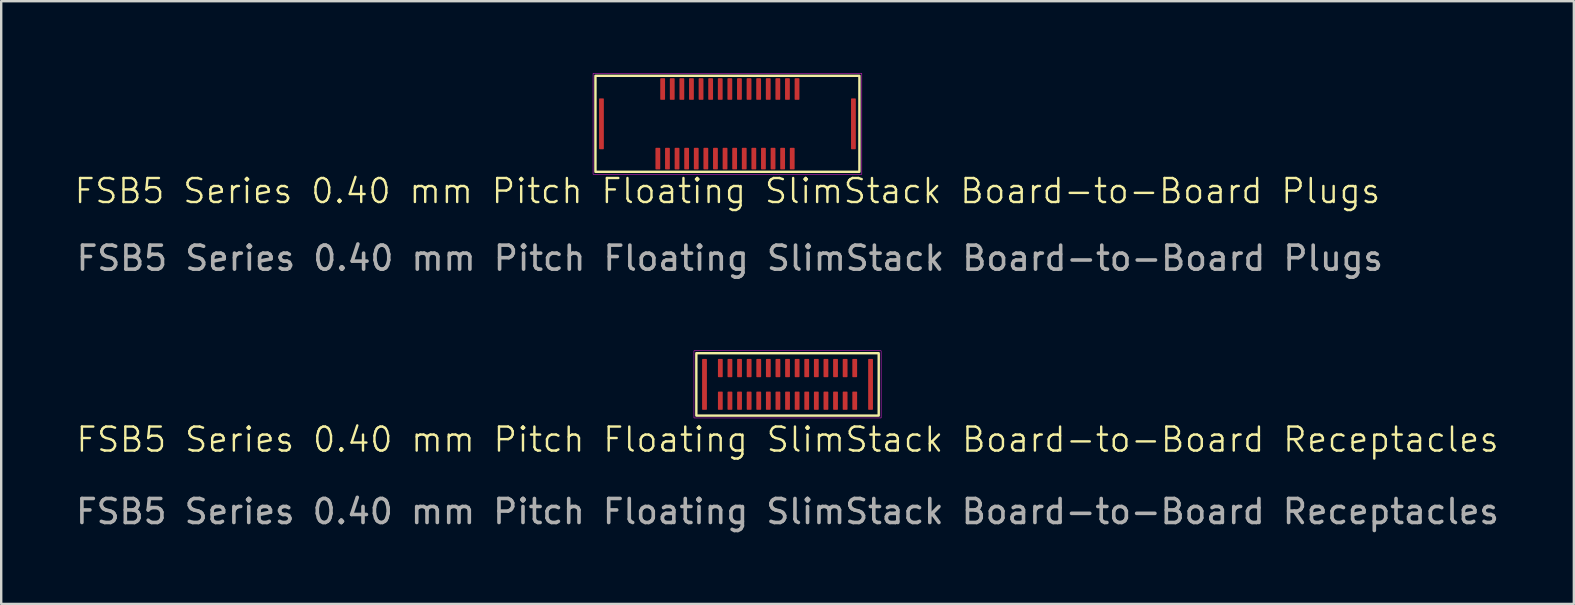
<source format=kicad_pcb>
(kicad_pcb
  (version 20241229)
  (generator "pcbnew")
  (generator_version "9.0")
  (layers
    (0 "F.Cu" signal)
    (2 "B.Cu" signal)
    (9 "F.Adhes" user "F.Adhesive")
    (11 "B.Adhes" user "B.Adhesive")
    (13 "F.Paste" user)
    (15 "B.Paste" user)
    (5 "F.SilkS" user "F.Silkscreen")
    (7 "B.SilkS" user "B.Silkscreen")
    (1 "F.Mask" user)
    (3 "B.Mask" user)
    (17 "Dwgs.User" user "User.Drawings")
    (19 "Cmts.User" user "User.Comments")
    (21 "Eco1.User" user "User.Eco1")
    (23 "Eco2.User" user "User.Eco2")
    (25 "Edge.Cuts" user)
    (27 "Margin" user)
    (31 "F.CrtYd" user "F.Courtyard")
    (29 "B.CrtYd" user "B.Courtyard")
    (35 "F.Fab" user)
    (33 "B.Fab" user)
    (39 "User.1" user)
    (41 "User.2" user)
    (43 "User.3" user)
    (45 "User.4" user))
  (footprint "FSB5 Series 0.40 mm Pitch Floating SlimStack Board-to-Board Plugs"
    (layer "F.Cu")
    (at 27.264 2.11)
    (property "Reference" "FSB5 Series 0.40 mm Pitch Floating SlimStack Board-to-Board Plugs" (at 0 2.8 0) (unlocked yes) (layer "F.SilkS") (effects (font (size 1 1) (thickness 0.1))))
    (attr smd)
    (fp_rect (start -5.5 -2) (end 5.5 2) (stroke (width 0.1) (type default)) (fill no) (layer "F.SilkS"))
    (fp_rect (start -5.6 -2.1) (end 5.6 2.1) (stroke (width 0.02) (type solid)) (fill no) (layer "F.CrtYd"))
    (fp_text user "${REFERENCE}" (at 0.1 5.6 0) (unlocked yes) (layer "F.Fab") (effects (font (size 1 1) (thickness 0.15))))
    (pad "1" smd roundrect (at -2.9 1.45) (size 0.2 0.9) (layers "F.Cu" "F.Mask" "F.Paste") (roundrect_rratio 0.15))
    (pad "2" smd roundrect (at -2.5 1.45) (size 0.2 0.9) (layers "F.Cu" "F.Mask" "F.Paste") (roundrect_rratio 0.15))
    (pad "3" smd roundrect (at -2.1 1.45) (size 0.2 0.9) (layers "F.Cu" "F.Mask" "F.Paste") (roundrect_rratio 0.15))
    (pad "4" smd roundrect (at -1.7 1.45) (size 0.2 0.9) (layers "F.Cu" "F.Mask" "F.Paste") (roundrect_rratio 0.15))
    (pad "5" smd roundrect (at -1.3 1.45) (size 0.2 0.9) (layers "F.Cu" "F.Mask" "F.Paste") (roundrect_rratio 0.15))
    (pad "6" smd roundrect (at -0.9 1.45) (size 0.2 0.9) (layers "F.Cu" "F.Mask" "F.Paste") (roundrect_rratio 0.15))
    (pad "7" smd roundrect (at -0.5 1.45) (size 0.2 0.9) (layers "F.Cu" "F.Mask" "F.Paste") (roundrect_rratio 0.15))
    (pad "8" smd roundrect (at -0.1 1.45) (size 0.2 0.9) (layers "F.Cu" "F.Mask" "F.Paste") (roundrect_rratio 0.15))
    (pad "9" smd roundrect (at 0.3 1.45) (size 0.2 0.9) (layers "F.Cu" "F.Mask" "F.Paste") (roundrect_rratio 0.15))
    (pad "10" smd roundrect (at 0.7 1.45) (size 0.2 0.9) (layers "F.Cu" "F.Mask" "F.Paste") (roundrect_rratio 0.15))
    (pad "11" smd roundrect (at 1.1 1.45) (size 0.2 0.9) (layers "F.Cu" "F.Mask" "F.Paste") (roundrect_rratio 0.15))
    (pad "12" smd roundrect (at 1.5 1.45) (size 0.2 0.9) (layers "F.Cu" "F.Mask" "F.Paste") (roundrect_rratio 0.15))
    (pad "13" smd roundrect (at 1.9 1.45) (size 0.2 0.9) (layers "F.Cu" "F.Mask" "F.Paste") (roundrect_rratio 0.15))
    (pad "14" smd roundrect (at 2.3 1.45) (size 0.2 0.9) (layers "F.Cu" "F.Mask" "F.Paste") (roundrect_rratio 0.15))
    (pad "15" smd roundrect (at 2.7 1.45) (size 0.2 0.9) (layers "F.Cu" "F.Mask" "F.Paste") (roundrect_rratio 0.15))
    (pad "16" smd roundrect (at -2.7 -1.45) (size 0.2 0.9) (layers "F.Cu" "F.Mask" "F.Paste") (roundrect_rratio 0.15))
    (pad "17" smd roundrect (at -2.3 -1.45) (size 0.2 0.9) (layers "F.Cu" "F.Mask" "F.Paste") (roundrect_rratio 0.15))
    (pad "18" smd roundrect (at -1.9 -1.45) (size 0.2 0.9) (layers "F.Cu" "F.Mask" "F.Paste") (roundrect_rratio 0.15))
    (pad "19" smd roundrect (at -1.5 -1.45) (size 0.2 0.9) (layers "F.Cu" "F.Mask" "F.Paste") (roundrect_rratio 0.15))
    (pad "20" smd roundrect (at -1.1 -1.45) (size 0.2 0.9) (layers "F.Cu" "F.Mask" "F.Paste") (roundrect_rratio 0.15))
    (pad "21" smd roundrect (at -0.7 -1.45) (size 0.2 0.9) (layers "F.Cu" "F.Mask" "F.Paste") (roundrect_rratio 0.15))
    (pad "22" smd roundrect (at -0.3 -1.45) (size 0.2 0.9) (layers "F.Cu" "F.Mask" "F.Paste") (roundrect_rratio 0.15))
    (pad "23" smd roundrect (at 0.1 -1.45) (size 0.2 0.9) (layers "F.Cu" "F.Mask" "F.Paste") (roundrect_rratio 0.15))
    (pad "24" smd roundrect (at 0.5 -1.45) (size 0.2 0.9) (layers "F.Cu" "F.Mask" "F.Paste") (roundrect_rratio 0.15))
    (pad "25" smd roundrect (at 0.9 -1.45) (size 0.2 0.9) (layers "F.Cu" "F.Mask" "F.Paste") (roundrect_rratio 0.15))
    (pad "26" smd roundrect (at 1.3 -1.45) (size 0.2 0.9) (layers "F.Cu" "F.Mask" "F.Paste") (roundrect_rratio 0.15))
    (pad "27" smd roundrect (at 1.7 -1.45) (size 0.2 0.9) (layers "F.Cu" "F.Mask" "F.Paste") (roundrect_rratio 0.15))
    (pad "28" smd roundrect (at 2.1 -1.45) (size 0.2 0.9) (layers "F.Cu" "F.Mask" "F.Paste") (roundrect_rratio 0.15))
    (pad "29" smd roundrect (at 2.5 -1.45) (size 0.2 0.9) (layers "F.Cu" "F.Mask" "F.Paste") (roundrect_rratio 0.15))
    (pad "30" smd roundrect (at 2.9 -1.45) (size 0.2 0.9) (layers "F.Cu" "F.Mask" "F.Paste") (roundrect_rratio 0.15))
    (pad "31" smd roundrect (at -5.25 0) (size 0.2 2.12) (layers "F.Cu" "F.Mask" "F.Paste") (roundrect_rratio 0.15))
    (pad "32" smd roundrect (at 5.25 0) (size 0.2 2.12) (layers "F.Cu" "F.Mask" "F.Paste") (roundrect_rratio 0.15)))
  (footprint "FSB5 Series 0.40 mm Pitch Floating SlimStack Board-to-Board Receptacles"
    (layer "F.Cu")
    (at 29.768 12.968)
    (property "Reference" "FSB5 Series 0.40 mm Pitch Floating SlimStack Board-to-Board Receptacles" (at 0 2.3 0) (unlocked yes) (layer "F.SilkS") (effects (font (size 1 1) (thickness 0.1))))
    (attr smd)
    (fp_rect (start -3.8 -1.3) (end 3.8 1.3) (stroke (width 0.1) (type default)) (fill no) (layer "F.SilkS"))
    (fp_rect (start -3.9 -1.4) (end 3.9 1.4) (stroke (width 0.02) (type solid)) (fill no) (layer "F.CrtYd"))
    (fp_text user "${REFERENCE}" (at 0 5.3 0) (unlocked yes) (layer "F.Fab") (effects (font (size 1 1) (thickness 0.15))))
    (pad "1" smd roundrect (at -2.8 0.68) (size 0.2 0.761) (layers "F.Cu" "F.Mask" "F.Paste") (roundrect_rratio 0.15))
    (pad "2" smd roundrect (at -2.4 0.68) (size 0.2 0.761) (layers "F.Cu" "F.Mask" "F.Paste") (roundrect_rratio 0.15))
    (pad "3" smd roundrect (at -2 0.68) (size 0.2 0.761) (layers "F.Cu" "F.Mask" "F.Paste") (roundrect_rratio 0.15))
    (pad "4" smd roundrect (at -1.6 0.68) (size 0.2 0.761) (layers "F.Cu" "F.Mask" "F.Paste") (roundrect_rratio 0.15))
    (pad "5" smd roundrect (at -1.2 0.68) (size 0.2 0.761) (layers "F.Cu" "F.Mask" "F.Paste") (roundrect_rratio 0.15))
    (pad "6" smd roundrect (at -0.8 0.68) (size 0.2 0.761) (layers "F.Cu" "F.Mask" "F.Paste") (roundrect_rratio 0.15))
    (pad "7" smd roundrect (at -0.4 0.68) (size 0.2 0.761) (layers "F.Cu" "F.Mask" "F.Paste") (roundrect_rratio 0.15))
    (pad "8" smd roundrect (at 0 0.68) (size 0.2 0.761) (layers "F.Cu" "F.Mask" "F.Paste") (roundrect_rratio 0.15))
    (pad "9" smd roundrect (at 0.4 0.68) (size 0.2 0.761) (layers "F.Cu" "F.Mask" "F.Paste") (roundrect_rratio 0.15))
    (pad "10" smd roundrect (at 0.8 0.68) (size 0.2 0.761) (layers "F.Cu" "F.Mask" "F.Paste") (roundrect_rratio 0.15))
    (pad "11" smd roundrect (at 1.2 0.68) (size 0.2 0.761) (layers "F.Cu" "F.Mask" "F.Paste") (roundrect_rratio 0.15))
    (pad "12" smd roundrect (at 1.6 0.68) (size 0.2 0.761) (layers "F.Cu" "F.Mask" "F.Paste") (roundrect_rratio 0.15))
    (pad "13" smd roundrect (at 2 0.68) (size 0.2 0.761) (layers "F.Cu" "F.Mask" "F.Paste") (roundrect_rratio 0.15))
    (pad "14" smd roundrect (at 2.4 0.68) (size 0.2 0.761) (layers "F.Cu" "F.Mask" "F.Paste") (roundrect_rratio 0.15))
    (pad "15" smd roundrect (at 2.8 0.68) (size 0.2 0.761) (layers "F.Cu" "F.Mask" "F.Paste") (roundrect_rratio 0.15))
    (pad "16" smd roundrect (at -2.8 -0.68) (size 0.2 0.761) (layers "F.Cu" "F.Mask" "F.Paste") (roundrect_rratio 0.15))
    (pad "17" smd roundrect (at -2.4 -0.68) (size 0.2 0.761) (layers "F.Cu" "F.Mask" "F.Paste") (roundrect_rratio 0.15))
    (pad "18" smd roundrect (at -2 -0.68) (size 0.2 0.761) (layers "F.Cu" "F.Mask" "F.Paste") (roundrect_rratio 0.15))
    (pad "19" smd roundrect (at -1.6 -0.68) (size 0.2 0.761) (layers "F.Cu" "F.Mask" "F.Paste") (roundrect_rratio 0.15))
    (pad "20" smd roundrect (at -1.2 -0.68) (size 0.2 0.761) (layers "F.Cu" "F.Mask" "F.Paste") (roundrect_rratio 0.15))
    (pad "21" smd roundrect (at -0.8 -0.68) (size 0.2 0.761) (layers "F.Cu" "F.Mask" "F.Paste") (roundrect_rratio 0.15))
    (pad "22" smd roundrect (at -0.4 -0.68) (size 0.2 0.761) (layers "F.Cu" "F.Mask" "F.Paste") (roundrect_rratio 0.15))
    (pad "23" smd roundrect (at 0 -0.68) (size 0.2 0.761) (layers "F.Cu" "F.Mask" "F.Paste") (roundrect_rratio 0.15))
    (pad "24" smd roundrect (at 0.4 -0.68) (size 0.2 0.761) (layers "F.Cu" "F.Mask" "F.Paste") (roundrect_rratio 0.15))
    (pad "25" smd roundrect (at 0.8 -0.68) (size 0.2 0.761) (layers "F.Cu" "F.Mask" "F.Paste") (roundrect_rratio 0.15))
    (pad "26" smd roundrect (at 1.2 -0.68) (size 0.2 0.761) (layers "F.Cu" "F.Mask" "F.Paste") (roundrect_rratio 0.15))
    (pad "27" smd roundrect (at 1.6 -0.68) (size 0.2 0.761) (layers "F.Cu" "F.Mask" "F.Paste") (roundrect_rratio 0.15))
    (pad "28" smd roundrect (at 2 -0.68) (size 0.2 0.761) (layers "F.Cu" "F.Mask" "F.Paste") (roundrect_rratio 0.15))
    (pad "29" smd roundrect (at 2.4 -0.68) (size 0.2 0.761) (layers "F.Cu" "F.Mask" "F.Paste") (roundrect_rratio 0.15))
    (pad "30" smd roundrect (at 2.8 -0.68) (size 0.2 0.761) (layers "F.Cu" "F.Mask" "F.Paste") (roundrect_rratio 0.15))
    (pad "31" smd roundrect (at -3.46 0) (size 0.2 2.12) (layers "F.Cu" "F.Mask" "F.Paste") (roundrect_rratio 0.15))
    (pad "32" smd roundrect (at 3.46 0.000001) (size 0.2 2.12) (layers "F.Cu" "F.Mask" "F.Paste") (roundrect_rratio 0.15)))
  (gr_rect
    (start -3 -3)
    (end 62.536 22.116)
    (stroke (width 0.1) (type default))
    (fill no)
    (layer "Edge.Cuts")))
</source>
